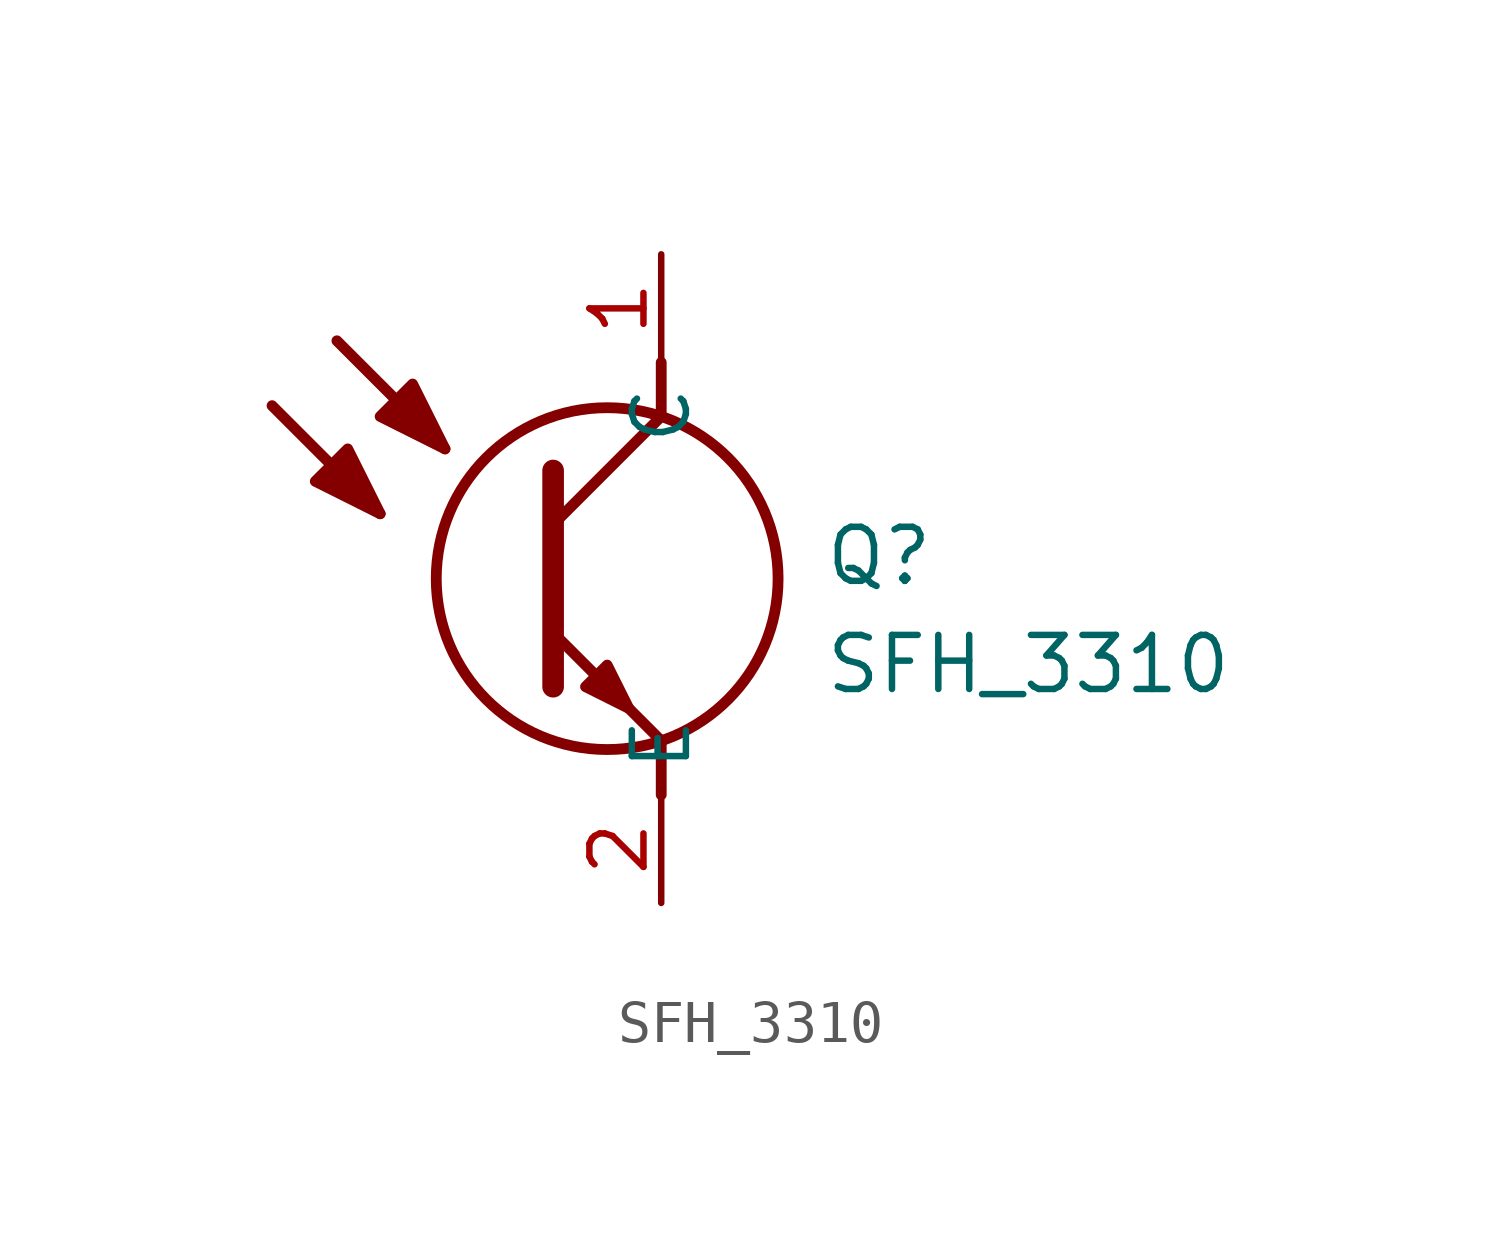
<source format=kicad_sym>
(kicad_symbol_lib
  (version 20211014)
  (generator SamacSys_ECAD_Model)
  (symbol "SFH_3310"
    (property "Reference" "Q"
      (at 3.81 -6.35 0)
      (effects (font (size 1.27 1.27)) (justify left top)))
    (property "Value" "SFH_3310"
      (at 3.81 -8.89 0)
      (effects (font (size 1.27 1.27)) (justify left top)))
    (polyline
      (pts (xy -2.54 -5.08) (xy -2.54 -10.16))
      (stroke (width 0.508) (type default))
      (fill (type none)))
    (polyline
      (pts (xy -2.54 -6.35) (xy 0 -3.81))
      (stroke (width 0.254) (type default))
      (fill (type none)))
    (polyline
      (pts (xy 0 -11.43) (xy 0 -12.7))
      (stroke (width 0.254) (type default))
      (fill (type none)))
    (polyline
      (pts (xy 0 -3.81) (xy 0 -2.54))
      (stroke (width 0.254) (type default))
      (fill (type none)))
    (polyline
      (pts (xy -2.54 -8.89) (xy 0 -11.43))
      (stroke (width 0.254) (type default))
      (fill (type none)))
    (polyline
      (pts (xy -7.62 -2.032) (xy -5.08 -4.572))
      (stroke (width 0.254) (type default))
      (fill (type none)))
    (polyline
      (pts (xy -9.144 -3.556) (xy -6.604 -6.096))
      (stroke (width 0.254) (type default))
      (fill (type none)))
    (circle
      (center -1.27 -7.62)
      (radius 4.016)
      (stroke (width 0.254) (type default))
      (fill (type none)))
    (polyline
      (pts (xy -1.778 -10.16) (xy -1.27 -9.652) (xy -0.762 -10.668) (xy -1.778 -10.16))
      (stroke (width 0.254) (type default))
      (fill (type outline)))
    (polyline
      (pts (xy -8.128 -5.334) (xy -7.366 -4.572) (xy -6.604 -6.096) (xy -8.128 -5.334))
      (stroke (width 0.254) (type default))
      (fill (type outline)))
    (polyline
      (pts (xy -6.604 -3.81) (xy -5.842 -3.048) (xy -5.08 -4.572) (xy -6.604 -3.81))
      (stroke (width 0.254) (type default))
      (fill (type outline)))
    (pin passive line
      (at 0 -15.24 90)
      (length 2.54)
      (name "E" (effects (font (size 1.27 1.27))))
      (number "2" (effects (font (size 1.27 1.27)))))
    (pin passive line
      (at 0 0 270)
      (length 2.54)
      (name "C" (effects (font (size 1.27 1.27))))
      (number "1" (effects (font (size 1.27 1.27)))))))
</source>
